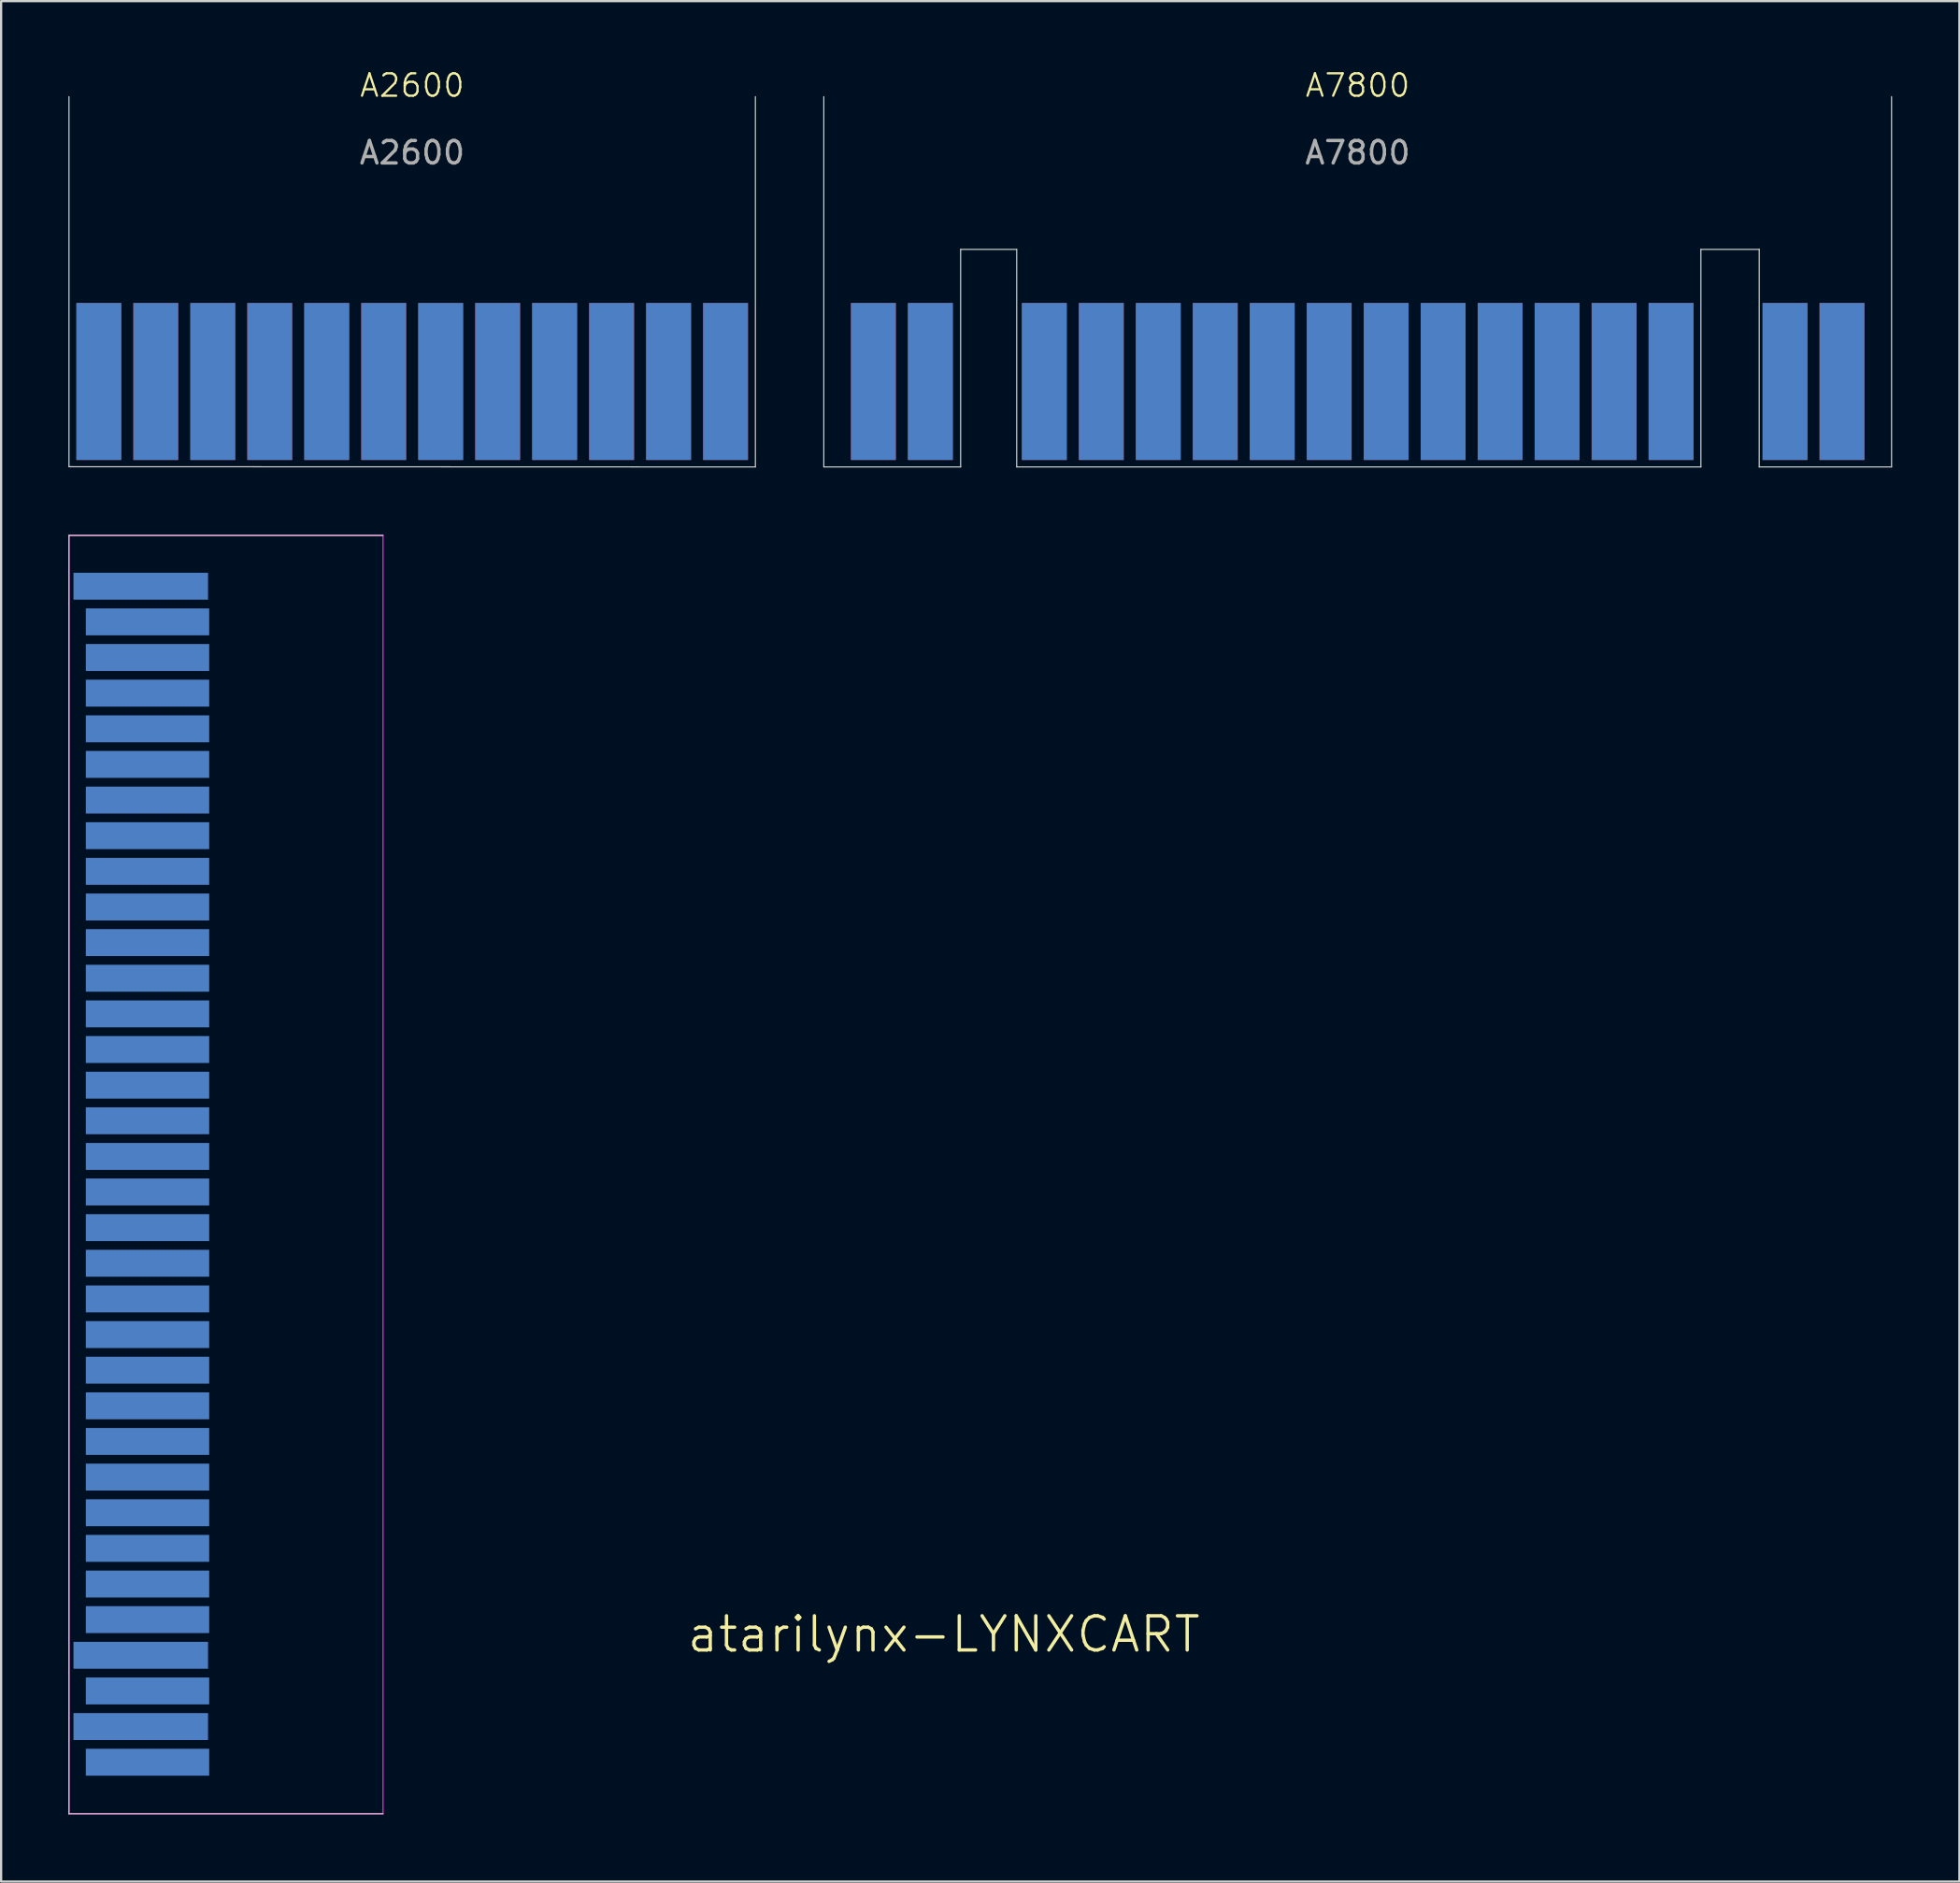
<source format=kicad_pcb>
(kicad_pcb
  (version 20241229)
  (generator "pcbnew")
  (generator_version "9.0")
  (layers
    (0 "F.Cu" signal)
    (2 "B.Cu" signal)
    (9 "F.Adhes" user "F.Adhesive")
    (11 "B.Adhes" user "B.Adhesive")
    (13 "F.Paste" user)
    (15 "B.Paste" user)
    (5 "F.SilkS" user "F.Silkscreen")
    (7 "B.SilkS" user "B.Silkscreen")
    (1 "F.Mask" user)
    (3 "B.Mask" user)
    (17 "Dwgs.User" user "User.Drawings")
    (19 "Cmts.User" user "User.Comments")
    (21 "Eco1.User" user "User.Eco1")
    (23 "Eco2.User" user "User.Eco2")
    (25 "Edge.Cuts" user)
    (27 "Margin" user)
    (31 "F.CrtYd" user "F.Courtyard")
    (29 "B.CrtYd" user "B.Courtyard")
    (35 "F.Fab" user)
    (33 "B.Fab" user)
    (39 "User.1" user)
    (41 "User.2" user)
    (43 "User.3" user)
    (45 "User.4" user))
  (footprint "A2600"
    (layer "F.Cu")
    (at 15.325 1.26)
    (property "Reference" "A2600" (at 0 -0.5 0) (unlocked yes) (layer "F.SilkS") (effects (font (size 1 1) (thickness 0.1))))
    (attr smd)
    (fp_line (start -15.3 16.5) (end -15.3 0) (stroke (width 0.05) (type default)) (layer "Edge.Cuts"))
    (fp_line (start 15.3 16.51) (end -15.3 16.5) (stroke (width 0.05) (type default)) (layer "Edge.Cuts"))
    (fp_line (start 15.3 16.51) (end 15.3 0) (stroke (width 0.05) (type default)) (layer "Edge.Cuts"))
    (fp_text user "${REFERENCE}" (at 0 2.5 0) (unlocked yes) (layer "F.Fab") (effects (font (size 1 1) (thickness 0.15))))
    (pad "1" connect rect (at -13.97 12.7) (size 2 7) (layers "F.Cu" "F.Mask"))
    (pad "2" connect rect (at -11.43 12.7) (size 2 7) (layers "F.Cu" "F.Mask"))
    (pad "3" connect rect (at -8.89 12.7) (size 2 7) (layers "F.Cu" "F.Mask"))
    (pad "4" connect rect (at -6.35 12.7) (size 2 7) (layers "F.Cu" "F.Mask"))
    (pad "5" connect rect (at -3.81 12.7) (size 2 7) (layers "F.Cu" "F.Mask"))
    (pad "6" connect rect (at -1.27 12.7) (size 2 7) (layers "F.Cu" "F.Mask"))
    (pad "7" connect rect (at 1.27 12.7) (size 2 7) (layers "F.Cu" "F.Mask"))
    (pad "8" connect rect (at 3.81 12.7) (size 2 7) (layers "F.Cu" "F.Mask"))
    (pad "9" connect rect (at 6.35 12.7) (size 2 7) (layers "F.Cu" "F.Mask"))
    (pad "10" connect rect (at 8.89 12.7) (size 2 7) (layers "F.Cu" "F.Mask"))
    (pad "11" connect rect (at 11.43 12.7) (size 2 7) (layers "F.Cu" "F.Mask"))
    (pad "12" connect rect (at 13.97 12.7) (size 2 7) (layers "F.Cu" "F.Mask"))
    (pad "13" connect rect (at 13.97 12.7) (size 2 7) (layers "B.Cu" "B.Mask"))
    (pad "14" connect rect (at 11.43 12.7) (size 2 7) (layers "B.Cu" "B.Mask"))
    (pad "15" connect rect (at 8.89 12.7) (size 2 7) (layers "B.Cu" "B.Mask"))
    (pad "16" connect rect (at 6.35 12.7) (size 2 7) (layers "B.Cu" "B.Mask"))
    (pad "17" connect rect (at 3.81 12.7) (size 2 7) (layers "B.Cu" "B.Mask"))
    (pad "18" connect rect (at 1.27 12.7) (size 2 7) (layers "B.Cu" "B.Mask"))
    (pad "19" connect rect (at -1.27 12.7) (size 2 7) (layers "B.Cu" "B.Mask"))
    (pad "20" connect rect (at -3.81 12.7) (size 2 7) (layers "B.Cu" "B.Mask"))
    (pad "21" connect rect (at -6.35 12.7) (size 2 7) (layers "B.Cu" "B.Mask"))
    (pad "22" connect rect (at -8.89 12.7) (size 2 7) (layers "B.Cu" "B.Mask"))
    (pad "23" connect rect (at -11.43 12.7) (size 2 7) (layers "B.Cu" "B.Mask"))
    (pad "24" connect rect (at -13.97 12.7) (size 2 7) (layers "B.Cu" "B.Mask")))
  (footprint "atarilynx-LYNXCART"
    (layer "F.Cu")
    (at 14.225 49.321)
    (property "Reference" "atarilynx-LYNXCART" (at 24.8 20.5 180) (layer "F.SilkS") (effects (font (size 1.524 1.524) (thickness 0.15))))
    (attr smd)
    (fp_line (start -14.2 -28.5) (end -14.2 28.5) (stroke (width 0.05) (type default)) (layer "Edge.Cuts"))
    (fp_line (start -14.2 28.5) (end -0.2 28.5) (stroke (width 0.05) (type default)) (layer "Edge.Cuts"))
    (fp_line (start -0.2 -28.5) (end -14.2 -28.5) (stroke (width 0.05) (type default)) (layer "Edge.Cuts"))
    (fp_line (start -14.2 -28.5) (end -14.2 28.5) (stroke (width 0.05) (type default)) (layer "F.CrtYd"))
    (fp_line (start -14.2 28.5) (end -0.2 28.5) (stroke (width 0.05) (type default)) (layer "F.CrtYd"))
    (fp_line (start -0.2 -28.5) (end -14.2 -28.5) (stroke (width 0.05) (type default)) (layer "F.CrtYd"))
    (fp_line (start -0.2 -28.5) (end -0.2 28.5) (stroke (width 0.05) (type default)) (layer "F.CrtYd"))
    (pad "1" connect rect (at -11 -26.233) (size 6 1.2) (layers "B.Cu" "B.Mask"))
    (pad "2" connect rect (at -10.7 -24.643) (size 5.5 1.2) (layers "B.Cu" "B.Mask"))
    (pad "3" connect rect (at -10.7 -23.055) (size 5.5 1.2) (layers "B.Cu" "B.Mask"))
    (pad "4" connect rect (at -10.7 -21.465) (size 5.5 1.2) (layers "B.Cu" "B.Mask"))
    (pad "5" connect rect (at -10.7 -19.875) (size 5.5 1.2) (layers "B.Cu" "B.Mask"))
    (pad "6" connect rect (at -10.7 -18.288) (size 5.5 1.2) (layers "B.Cu" "B.Mask"))
    (pad "7" connect rect (at -10.7 -16.698) (size 5.5 1.2) (layers "B.Cu" "B.Mask"))
    (pad "8" connect rect (at -10.7 -15.11) (size 5.5 1.2) (layers "B.Cu" "B.Mask"))
    (pad "9" connect rect (at -10.7 -13.52) (size 5.5 1.2) (layers "B.Cu" "B.Mask"))
    (pad "10" connect rect (at -10.7 -11.93) (size 5.5 1.2) (layers "B.Cu" "B.Mask"))
    (pad "11" connect rect (at -10.7 -10.343) (size 5.5 1.2) (layers "B.Cu" "B.Mask"))
    (pad "12" connect rect (at -10.7 -8.753) (size 5.5 1.2) (layers "B.Cu" "B.Mask"))
    (pad "13" connect rect (at -10.7 -7.165) (size 5.5 1.2) (layers "B.Cu" "B.Mask"))
    (pad "14" connect rect (at -10.7 -5.575) (size 5.5 1.2) (layers "B.Cu" "B.Mask"))
    (pad "15" connect rect (at -10.7 -3.985) (size 5.5 1.2) (layers "B.Cu" "B.Mask"))
    (pad "16" connect rect (at -10.7 -2.398) (size 5.5 1.2) (layers "B.Cu" "B.Mask"))
    (pad "17" connect rect (at -10.7 -0.808) (size 5.5 1.2) (layers "B.Cu" "B.Mask"))
    (pad "18" connect rect (at -10.7 0.777) (size 5.5 1.2) (layers "B.Cu" "B.Mask"))
    (pad "19" connect rect (at -10.7 2.367) (size 5.5 1.2) (layers "B.Cu" "B.Mask"))
    (pad "20" connect rect (at -10.7 3.955) (size 5.5 1.2) (layers "B.Cu" "B.Mask"))
    (pad "21" connect rect (at -10.7 5.545) (size 5.5 1.2) (layers "B.Cu" "B.Mask"))
    (pad "22" connect rect (at -10.7 7.135) (size 5.5 1.2) (layers "B.Cu" "B.Mask"))
    (pad "23" connect rect (at -10.7 8.722) (size 5.5 1.2) (layers "B.Cu" "B.Mask"))
    (pad "24" connect rect (at -10.7 10.312) (size 5.5 1.2) (layers "B.Cu" "B.Mask"))
    (pad "25" connect rect (at -10.7 11.9) (size 5.5 1.2) (layers "B.Cu" "B.Mask"))
    (pad "26" connect rect (at -10.7 13.49) (size 5.5 1.2) (layers "B.Cu" "B.Mask"))
    (pad "27" connect rect (at -10.7 15.08) (size 5.5 1.2) (layers "B.Cu" "B.Mask"))
    (pad "28" connect rect (at -10.7 16.668) (size 5.5 1.2) (layers "B.Cu" "B.Mask"))
    (pad "29" connect rect (at -10.7 18.258) (size 5.5 1.2) (layers "B.Cu" "B.Mask"))
    (pad "30" connect rect (at -10.7 19.845) (size 5.5 1.2) (layers "B.Cu" "B.Mask"))
    (pad "31" connect rect (at -11 21.435) (size 6 1.2) (layers "B.Cu" "B.Mask"))
    (pad "32" connect rect (at -10.7 23.025) (size 5.5 1.2) (layers "B.Cu" "B.Mask"))
    (pad "33" connect rect (at -11 24.613) (size 6 1.2) (layers "B.Cu" "B.Mask"))
    (pad "34" connect rect (at -10.7 26.203) (size 5.5 1.2) (layers "B.Cu" "B.Mask")))
  (footprint "A7800"
    (layer "F.Cu")
    (at 57.475 1.26)
    (property "Reference" "A7800" (at 0 -0.5 0) (unlocked yes) (layer "F.SilkS") (effects (font (size 1 1) (thickness 0.1))))
    (attr smd)
    (fp_line (start -23.8 0) (end -23.8 16.51) (stroke (width 0.05) (type default)) (layer "Edge.Cuts"))
    (fp_line (start -23.8 16.51) (end -17.7 16.51) (stroke (width 0.05) (type default)) (layer "Edge.Cuts"))
    (fp_line (start -17.7 6.81) (end -15.2 6.81) (stroke (width 0.05) (type default)) (layer "Edge.Cuts"))
    (fp_line (start -17.7 16.51) (end -17.7 6.81) (stroke (width 0.05) (type default)) (layer "Edge.Cuts"))
    (fp_line (start -15.2 6.81) (end -15.2 16.51) (stroke (width 0.05) (type default)) (layer "Edge.Cuts"))
    (fp_line (start -15.2 16.51) (end 15.3 16.51) (stroke (width 0.05) (type default)) (layer "Edge.Cuts"))
    (fp_line (start 15.3 6.81) (end 17.9 6.81) (stroke (width 0.05) (type default)) (layer "Edge.Cuts"))
    (fp_line (start 15.3 16.51) (end 15.3 6.81) (stroke (width 0.05) (type default)) (layer "Edge.Cuts"))
    (fp_line (start 17.9 6.81) (end 17.9 16.51) (stroke (width 0.05) (type default)) (layer "Edge.Cuts"))
    (fp_line (start 17.9 16.51) (end 23.8 16.51) (stroke (width 0.05) (type default)) (layer "Edge.Cuts"))
    (fp_line (start 23.8 16.51) (end 23.8 0) (stroke (width 0.05) (type default)) (layer "Edge.Cuts"))
    (fp_text user "${REFERENCE}" (at 0 2.5 0) (unlocked yes) (layer "F.Fab") (effects (font (size 1 1) (thickness 0.15))))
    (pad "1" connect rect (at -21.59 12.7) (size 2 7) (layers "F.Cu" "F.Mask"))
    (pad "2" connect rect (at -19.05 12.7) (size 2 7) (layers "F.Cu" "F.Mask"))
    (pad "3" connect rect (at -13.97 12.7) (size 2 7) (layers "F.Cu" "F.Mask"))
    (pad "4" connect rect (at -11.43 12.7) (size 2 7) (layers "F.Cu" "F.Mask"))
    (pad "5" connect rect (at -8.89 12.7) (size 2 7) (layers "F.Cu" "F.Mask"))
    (pad "6" connect rect (at -6.35 12.7) (size 2 7) (layers "F.Cu" "F.Mask"))
    (pad "7" connect rect (at -3.81 12.7) (size 2 7) (layers "F.Cu" "F.Mask"))
    (pad "8" connect rect (at -1.27 12.7) (size 2 7) (layers "F.Cu" "F.Mask"))
    (pad "9" connect rect (at 1.27 12.7) (size 2 7) (layers "F.Cu" "F.Mask"))
    (pad "10" connect rect (at 3.81 12.7) (size 2 7) (layers "F.Cu" "F.Mask"))
    (pad "11" connect rect (at 6.35 12.7) (size 2 7) (layers "F.Cu" "F.Mask"))
    (pad "12" connect rect (at 8.89 12.7) (size 2 7) (layers "F.Cu" "F.Mask"))
    (pad "13" connect rect (at 11.43 12.7) (size 2 7) (layers "F.Cu" "F.Mask"))
    (pad "14" connect rect (at 13.97 12.7) (size 2 7) (layers "F.Cu" "F.Mask"))
    (pad "15" connect rect (at 19.05 12.7) (size 2 7) (layers "F.Cu" "F.Mask"))
    (pad "16" connect rect (at 21.59 12.7) (size 2 7) (layers "F.Cu" "F.Mask"))
    (pad "17" connect rect (at 21.59 12.7) (size 2 7) (layers "B.Cu" "B.Mask"))
    (pad "18" connect rect (at 19.05 12.7) (size 2 7) (layers "B.Cu" "B.Mask"))
    (pad "19" connect rect (at 13.97 12.7) (size 2 7) (layers "B.Cu" "B.Mask"))
    (pad "20" connect rect (at 11.43 12.7) (size 2 7) (layers "B.Cu" "B.Mask"))
    (pad "21" connect rect (at 8.89 12.7) (size 2 7) (layers "B.Cu" "B.Mask"))
    (pad "22" connect rect (at 6.35 12.7) (size 2 7) (layers "B.Cu" "B.Mask"))
    (pad "23" connect rect (at 3.81 12.7) (size 2 7) (layers "B.Cu" "B.Mask"))
    (pad "24" connect rect (at 1.27 12.7) (size 2 7) (layers "B.Cu" "B.Mask"))
    (pad "25" connect rect (at -1.27 12.7) (size 2 7) (layers "B.Cu" "B.Mask"))
    (pad "26" connect rect (at -3.81 12.7) (size 2 7) (layers "B.Cu" "B.Mask"))
    (pad "27" connect rect (at -6.35 12.7) (size 2 7) (layers "B.Cu" "B.Mask"))
    (pad "28" connect rect (at -8.89 12.7) (size 2 7) (layers "B.Cu" "B.Mask"))
    (pad "29" connect rect (at -11.43 12.7) (size 2 7) (layers "B.Cu" "B.Mask"))
    (pad "30" connect rect (at -13.97 12.7) (size 2 7) (layers "B.Cu" "B.Mask"))
    (pad "31" connect rect (at -19.05 12.7) (size 2 7) (layers "B.Cu" "B.Mask"))
    (pad "32" connect rect (at -21.59 12.7) (size 2 7) (layers "B.Cu" "B.Mask")))
  (gr_rect
    (start -3 -3)
    (end 84.3 80.846)
    (stroke (width 0.1) (type default))
    (fill no)
    (layer "Edge.Cuts")))
</source>
